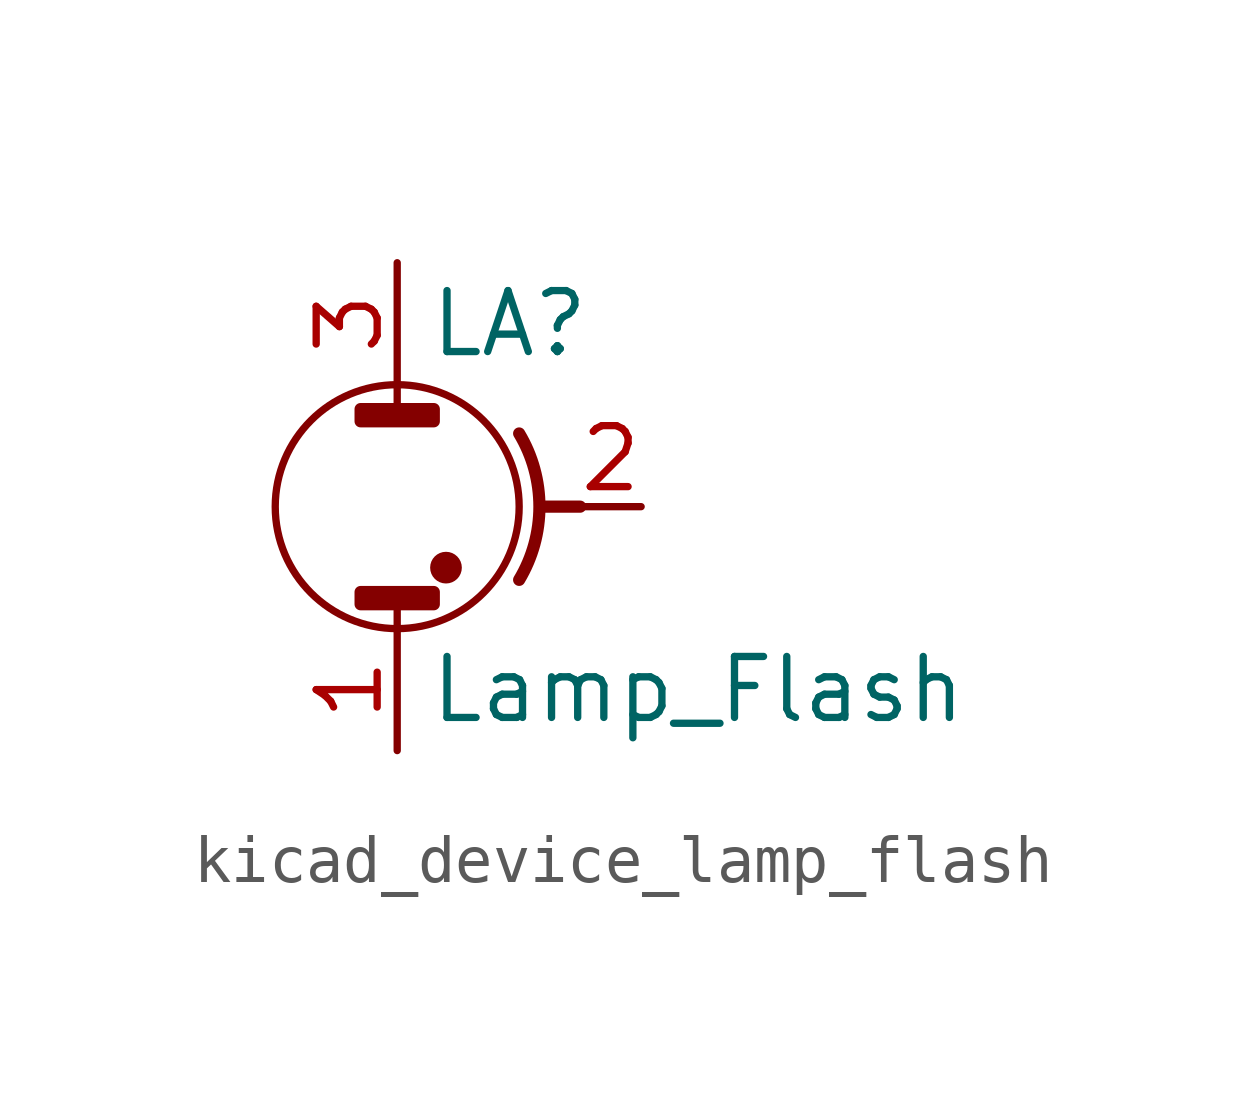
<source format=kicad_sym>
(kicad_symbol_lib
  (version 20220914)
  (generator kicad_symbol_editor)
  (symbol "kicad_device_lamp_flash"
    (pin_names
      (offset 0.025) hide)
    (property "Reference" "LA"
      (at 0.635 3.81 0)
      (effects (font (size 1.27 1.27)) (justify left)))
    (property "Value" "Lamp_Flash"
      (at 0.635 -3.81 0)
      (effects (font (size 1.27 1.27)) (justify left)))
    (symbol "kicad_device_lamp_flash_0_0"
      (rectangle (start -0.762 -1.778) (end 0.762 -2.032) (stroke (width 0.254) (type default)) (fill (type outline)))
      (rectangle (start -0.762 2.032) (end 0.762 1.778) (stroke (width 0.254) (type default)) (fill (type outline)))
      (polyline (pts (xy 3.048 0) (xy 3.81 0)) (stroke (width 0.254) (type default)) (fill (type none)))
      (arc (start 2.54 -1.524) (mid 2.9621 0) (end 2.54 1.524) (stroke (width 0.254) (type default)) (fill (type none))))
    (symbol "kicad_device_lamp_flash_0_1"
      (polyline (pts (xy 0 -2.54) (xy 0 -2.032)) (stroke (width 0) (type default)) (fill (type none)))
      (polyline (pts (xy 0 2.54) (xy 0 2.032)) (stroke (width 0) (type default)) (fill (type none)))
      (circle (center 0 0) (radius 2.54) (stroke (width 0) (type default)) (fill (type none)))
      (circle (center 1.016 -1.27) (radius 0.254) (stroke (width 0) (type default)) (fill (type outline))))
    (symbol "kicad_device_lamp_flash_1_1"
      (pin passive line (at 0 -5.08 90) (length 2.54) (name "~" (effects (font (size 1.27 1.27)))) (number "1" (effects (font (size 1.27 1.27)))))
      (pin passive line (at 5.08 0 180) (length 1.27) (name "~" (effects (font (size 1.27 1.27)))) (number "2" (effects (font (size 1.27 1.27)))))
      (pin passive line (at 0 5.08 270) (length 2.54) (name "~" (effects (font (size 1.27 1.27)))) (number "3" (effects (font (size 1.27 1.27))))))))
</source>
